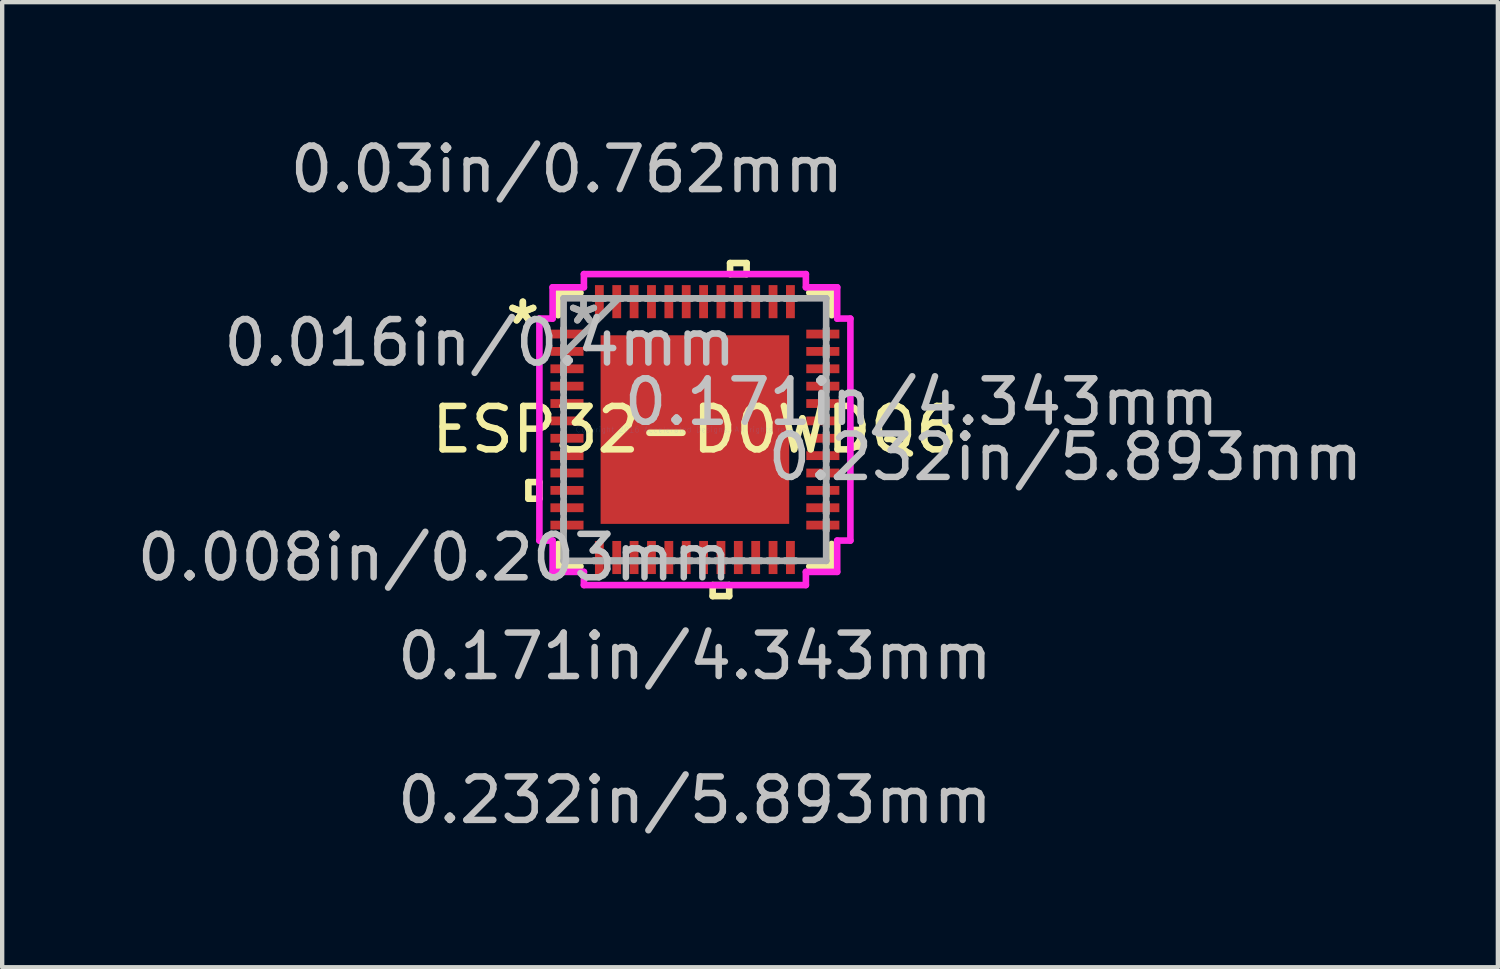
<source format=kicad_pcb>
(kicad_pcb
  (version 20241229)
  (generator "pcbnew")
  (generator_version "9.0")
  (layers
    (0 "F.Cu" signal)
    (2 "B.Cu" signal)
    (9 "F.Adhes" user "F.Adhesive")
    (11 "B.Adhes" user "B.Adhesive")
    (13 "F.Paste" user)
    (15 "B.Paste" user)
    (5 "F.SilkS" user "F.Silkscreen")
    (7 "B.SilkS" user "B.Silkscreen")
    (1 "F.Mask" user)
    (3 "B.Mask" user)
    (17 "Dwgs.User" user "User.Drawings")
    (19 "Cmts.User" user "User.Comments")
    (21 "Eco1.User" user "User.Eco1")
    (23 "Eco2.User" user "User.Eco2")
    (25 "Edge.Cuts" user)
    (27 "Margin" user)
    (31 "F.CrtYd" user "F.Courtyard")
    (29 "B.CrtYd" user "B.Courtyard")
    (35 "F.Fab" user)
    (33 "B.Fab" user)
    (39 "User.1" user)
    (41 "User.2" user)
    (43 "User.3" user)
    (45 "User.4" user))
  (footprint "ESP32-D0WDQ6"
    (layer "F.Cu")
    (at 12.953 6.843)
    (property "Reference" "ESP32-D0WDQ6" (at 0 0 0) (layer "F.SilkS") (effects (font (size 1 1) (thickness 0.15))))
    (attr through_hole)
    (fp_line (start -3.835 1.21) (end -3.835 1.591) (stroke (width 0.152) (type solid)) (layer "F.SilkS"))
    (fp_line (start -3.835 1.591) (end -3.581 1.591) (stroke (width 0.152) (type solid)) (layer "F.SilkS"))
    (fp_line (start -3.581 1.21) (end -3.835 1.21) (stroke (width 0.152) (type solid)) (layer "F.SilkS"))
    (fp_line (start -3.581 1.591) (end -3.581 1.21) (stroke (width 0.152) (type solid)) (layer "F.SilkS"))
    (fp_line (start -3.15 -3.15) (end -3.15 -2.634) (stroke (width 0.152) (type solid)) (layer "F.SilkS"))
    (fp_line (start -3.15 2.634) (end -3.15 3.15) (stroke (width 0.152) (type solid)) (layer "F.SilkS"))
    (fp_line (start -3.15 3.15) (end -2.634 3.15) (stroke (width 0.152) (type solid)) (layer "F.SilkS"))
    (fp_line (start -2.634 -3.15) (end -3.15 -3.15) (stroke (width 0.152) (type solid)) (layer "F.SilkS"))
    (fp_line (start 0.409 3.581) (end 0.409 3.835) (stroke (width 0.152) (type solid)) (layer "F.SilkS"))
    (fp_line (start 0.409 3.835) (end 0.79 3.835) (stroke (width 0.152) (type solid)) (layer "F.SilkS"))
    (fp_line (start 0.79 3.581) (end 0.409 3.581) (stroke (width 0.152) (type solid)) (layer "F.SilkS"))
    (fp_line (start 0.79 3.835) (end 0.79 3.581) (stroke (width 0.152) (type solid)) (layer "F.SilkS"))
    (fp_line (start 0.81 -3.835) (end 1.191 -3.835) (stroke (width 0.152) (type solid)) (layer "F.SilkS"))
    (fp_line (start 0.81 -3.581) (end 0.81 -3.835) (stroke (width 0.152) (type solid)) (layer "F.SilkS"))
    (fp_line (start 1.191 -3.835) (end 1.191 -3.581) (stroke (width 0.152) (type solid)) (layer "F.SilkS"))
    (fp_line (start 1.191 -3.581) (end 0.81 -3.581) (stroke (width 0.152) (type solid)) (layer "F.SilkS"))
    (fp_line (start 2.634 3.15) (end 3.15 3.15) (stroke (width 0.152) (type solid)) (layer "F.SilkS"))
    (fp_line (start 3.15 -3.15) (end 2.634 -3.15) (stroke (width 0.152) (type solid)) (layer "F.SilkS"))
    (fp_line (start 3.15 -2.634) (end 3.15 -3.15) (stroke (width 0.152) (type solid)) (layer "F.SilkS"))
    (fp_line (start 3.15 3.15) (end 3.15 2.634) (stroke (width 0.152) (type solid)) (layer "F.SilkS"))
    (fp_line (start 3.581 0.009) (end 3.835 0.009) (stroke (width 0.152) (type solid)) (layer "F.SilkS"))
    (fp_line (start 3.581 0.391) (end 3.581 0.009) (stroke (width 0.152) (type solid)) (layer "F.SilkS"))
    (fp_line (start 3.835 0.009) (end 3.835 0.391) (stroke (width 0.152) (type solid)) (layer "F.SilkS"))
    (fp_line (start 3.835 0.391) (end 3.581 0.391) (stroke (width 0.152) (type solid)) (layer "F.SilkS"))
    (fp_line (start -2.072 -2.072) (end -2.072 -0.824) (stroke (width 0.152) (type solid)) (layer "F.Paste"))
    (fp_line (start -2.072 -0.824) (end -0.824 -0.824) (stroke (width 0.152) (type solid)) (layer "F.Paste"))
    (fp_line (start -2.072 -0.624) (end -2.072 0.624) (stroke (width 0.152) (type solid)) (layer "F.Paste"))
    (fp_line (start -2.072 0.624) (end -0.824 0.624) (stroke (width 0.152) (type solid)) (layer "F.Paste"))
    (fp_line (start -2.072 0.824) (end -2.072 2.072) (stroke (width 0.152) (type solid)) (layer "F.Paste"))
    (fp_line (start -2.072 2.072) (end -0.824 2.072) (stroke (width 0.152) (type solid)) (layer "F.Paste"))
    (fp_line (start -0.824 -2.072) (end -2.072 -2.072) (stroke (width 0.152) (type solid)) (layer "F.Paste"))
    (fp_line (start -0.824 -0.824) (end -0.824 -2.072) (stroke (width 0.152) (type solid)) (layer "F.Paste"))
    (fp_line (start -0.824 -0.624) (end -2.072 -0.624) (stroke (width 0.152) (type solid)) (layer "F.Paste"))
    (fp_line (start -0.824 0.624) (end -0.824 -0.624) (stroke (width 0.152) (type solid)) (layer "F.Paste"))
    (fp_line (start -0.824 0.824) (end -2.072 0.824) (stroke (width 0.152) (type solid)) (layer "F.Paste"))
    (fp_line (start -0.824 2.072) (end -0.824 0.824) (stroke (width 0.152) (type solid)) (layer "F.Paste"))
    (fp_line (start -0.624 -2.072) (end -0.624 -0.824) (stroke (width 0.152) (type solid)) (layer "F.Paste"))
    (fp_line (start -0.624 -0.824) (end 0.624 -0.824) (stroke (width 0.152) (type solid)) (layer "F.Paste"))
    (fp_line (start -0.624 -0.624) (end -0.624 0.624) (stroke (width 0.152) (type solid)) (layer "F.Paste"))
    (fp_line (start -0.624 0.624) (end 0.624 0.624) (stroke (width 0.152) (type solid)) (layer "F.Paste"))
    (fp_line (start -0.624 0.824) (end -0.624 2.072) (stroke (width 0.152) (type solid)) (layer "F.Paste"))
    (fp_line (start -0.624 2.072) (end 0.624 2.072) (stroke (width 0.152) (type solid)) (layer "F.Paste"))
    (fp_line (start 0.624 -2.072) (end -0.624 -2.072) (stroke (width 0.152) (type solid)) (layer "F.Paste"))
    (fp_line (start 0.624 -0.824) (end 0.624 -2.072) (stroke (width 0.152) (type solid)) (layer "F.Paste"))
    (fp_line (start 0.624 -0.624) (end -0.624 -0.624) (stroke (width 0.152) (type solid)) (layer "F.Paste"))
    (fp_line (start 0.624 0.624) (end 0.624 -0.624) (stroke (width 0.152) (type solid)) (layer "F.Paste"))
    (fp_line (start 0.624 0.824) (end -0.624 0.824) (stroke (width 0.152) (type solid)) (layer "F.Paste"))
    (fp_line (start 0.624 2.072) (end 0.624 0.824) (stroke (width 0.152) (type solid)) (layer "F.Paste"))
    (fp_line (start 0.824 -2.072) (end 0.824 -0.824) (stroke (width 0.152) (type solid)) (layer "F.Paste"))
    (fp_line (start 0.824 -0.824) (end 2.072 -0.824) (stroke (width 0.152) (type solid)) (layer "F.Paste"))
    (fp_line (start 0.824 -0.624) (end 0.824 0.624) (stroke (width 0.152) (type solid)) (layer "F.Paste"))
    (fp_line (start 0.824 0.624) (end 2.072 0.624) (stroke (width 0.152) (type solid)) (layer "F.Paste"))
    (fp_line (start 0.824 0.824) (end 0.824 2.072) (stroke (width 0.152) (type solid)) (layer "F.Paste"))
    (fp_line (start 0.824 2.072) (end 2.072 2.072) (stroke (width 0.152) (type solid)) (layer "F.Paste"))
    (fp_line (start 2.072 -2.072) (end 0.824 -2.072) (stroke (width 0.152) (type solid)) (layer "F.Paste"))
    (fp_line (start 2.072 -0.824) (end 2.072 -2.072) (stroke (width 0.152) (type solid)) (layer "F.Paste"))
    (fp_line (start 2.072 -0.624) (end 0.824 -0.624) (stroke (width 0.152) (type solid)) (layer "F.Paste"))
    (fp_line (start 2.072 0.624) (end 2.072 -0.624) (stroke (width 0.152) (type solid)) (layer "F.Paste"))
    (fp_line (start 2.072 0.824) (end 0.824 0.824) (stroke (width 0.152) (type solid)) (layer "F.Paste"))
    (fp_line (start 2.072 2.072) (end 2.072 0.824) (stroke (width 0.152) (type solid)) (layer "F.Paste"))
    (fp_line (start -3.581 -2.556) (end -3.277 -2.556) (stroke (width 0.152) (type solid)) (layer "F.CrtYd"))
    (fp_line (start -3.581 2.556) (end -3.581 -2.556) (stroke (width 0.152) (type solid)) (layer "F.CrtYd"))
    (fp_line (start -3.277 -3.277) (end -2.556 -3.277) (stroke (width 0.152) (type solid)) (layer "F.CrtYd"))
    (fp_line (start -3.277 -2.556) (end -3.277 -3.277) (stroke (width 0.152) (type solid)) (layer "F.CrtYd"))
    (fp_line (start -3.277 2.556) (end -3.581 2.556) (stroke (width 0.152) (type solid)) (layer "F.CrtYd"))
    (fp_line (start -3.277 3.277) (end -3.277 2.556) (stroke (width 0.152) (type solid)) (layer "F.CrtYd"))
    (fp_line (start -2.556 -3.581) (end 2.556 -3.581) (stroke (width 0.152) (type solid)) (layer "F.CrtYd"))
    (fp_line (start -2.556 -3.277) (end -2.556 -3.581) (stroke (width 0.152) (type solid)) (layer "F.CrtYd"))
    (fp_line (start -2.556 3.277) (end -3.277 3.277) (stroke (width 0.152) (type solid)) (layer "F.CrtYd"))
    (fp_line (start -2.556 3.581) (end -2.556 3.277) (stroke (width 0.152) (type solid)) (layer "F.CrtYd"))
    (fp_line (start 2.556 -3.581) (end 2.556 -3.277) (stroke (width 0.152) (type solid)) (layer "F.CrtYd"))
    (fp_line (start 2.556 -3.277) (end 3.277 -3.277) (stroke (width 0.152) (type solid)) (layer "F.CrtYd"))
    (fp_line (start 2.556 3.277) (end 2.556 3.581) (stroke (width 0.152) (type solid)) (layer "F.CrtYd"))
    (fp_line (start 2.556 3.581) (end -2.556 3.581) (stroke (width 0.152) (type solid)) (layer "F.CrtYd"))
    (fp_line (start 3.277 -3.277) (end 3.277 -2.556) (stroke (width 0.152) (type solid)) (layer "F.CrtYd"))
    (fp_line (start 3.277 -2.556) (end 3.581 -2.556) (stroke (width 0.152) (type solid)) (layer "F.CrtYd"))
    (fp_line (start 3.277 2.556) (end 3.277 3.277) (stroke (width 0.152) (type solid)) (layer "F.CrtYd"))
    (fp_line (start 3.277 3.277) (end 2.556 3.277) (stroke (width 0.152) (type solid)) (layer "F.CrtYd"))
    (fp_line (start 3.581 -2.556) (end 3.581 2.556) (stroke (width 0.152) (type solid)) (layer "F.CrtYd"))
    (fp_line (start 3.581 2.556) (end 3.277 2.556) (stroke (width 0.152) (type solid)) (layer "F.CrtYd"))
    (fp_line (start -3.023 -3.023) (end -3.023 -3.023) (stroke (width 0.152) (type solid)) (layer "F.Fab"))
    (fp_line (start -3.023 -3.023) (end -3.023 3.023) (stroke (width 0.152) (type solid)) (layer "F.Fab"))
    (fp_line (start -3.023 -2.327) (end -3.023 -2.327) (stroke (width 0.152) (type solid)) (layer "F.Fab"))
    (fp_line (start -3.023 -2.327) (end -3.023 -2.073) (stroke (width 0.152) (type solid)) (layer "F.Fab"))
    (fp_line (start -3.023 -2.073) (end -3.023 -2.327) (stroke (width 0.152) (type solid)) (layer "F.Fab"))
    (fp_line (start -3.023 -2.073) (end -3.023 -2.073) (stroke (width 0.152) (type solid)) (layer "F.Fab"))
    (fp_line (start -3.023 -1.927) (end -3.023 -1.927) (stroke (width 0.152) (type solid)) (layer "F.Fab"))
    (fp_line (start -3.023 -1.927) (end -3.023 -1.673) (stroke (width 0.152) (type solid)) (layer "F.Fab"))
    (fp_line (start -3.023 -1.753) (end -1.753 -3.023) (stroke (width 0.152) (type solid)) (layer "F.Fab"))
    (fp_line (start -3.023 -1.673) (end -3.023 -1.927) (stroke (width 0.152) (type solid)) (layer "F.Fab"))
    (fp_line (start -3.023 -1.673) (end -3.023 -1.673) (stroke (width 0.152) (type solid)) (layer "F.Fab"))
    (fp_line (start -3.023 -1.527) (end -3.023 -1.527) (stroke (width 0.152) (type solid)) (layer "F.Fab"))
    (fp_line (start -3.023 -1.527) (end -3.023 -1.273) (stroke (width 0.152) (type solid)) (layer "F.Fab"))
    (fp_line (start -3.023 -1.273) (end -3.023 -1.527) (stroke (width 0.152) (type solid)) (layer "F.Fab"))
    (fp_line (start -3.023 -1.273) (end -3.023 -1.273) (stroke (width 0.152) (type solid)) (layer "F.Fab"))
    (fp_line (start -3.023 -1.127) (end -3.023 -1.127) (stroke (width 0.152) (type solid)) (layer "F.Fab"))
    (fp_line (start -3.023 -1.127) (end -3.023 -0.873) (stroke (width 0.152) (type solid)) (layer "F.Fab"))
    (fp_line (start -3.023 -0.873) (end -3.023 -1.127) (stroke (width 0.152) (type solid)) (layer "F.Fab"))
    (fp_line (start -3.023 -0.873) (end -3.023 -0.873) (stroke (width 0.152) (type solid)) (layer "F.Fab"))
    (fp_line (start -3.023 -0.727) (end -3.023 -0.727) (stroke (width 0.152) (type solid)) (layer "F.Fab"))
    (fp_line (start -3.023 -0.727) (end -3.023 -0.473) (stroke (width 0.152) (type solid)) (layer "F.Fab"))
    (fp_line (start -3.023 -0.473) (end -3.023 -0.727) (stroke (width 0.152) (type solid)) (layer "F.Fab"))
    (fp_line (start -3.023 -0.473) (end -3.023 -0.473) (stroke (width 0.152) (type solid)) (layer "F.Fab"))
    (fp_line (start -3.023 -0.327) (end -3.023 -0.327) (stroke (width 0.152) (type solid)) (layer "F.Fab"))
    (fp_line (start -3.023 -0.327) (end -3.023 -0.073) (stroke (width 0.152) (type solid)) (layer "F.Fab"))
    (fp_line (start -3.023 -0.073) (end -3.023 -0.327) (stroke (width 0.152) (type solid)) (layer "F.Fab"))
    (fp_line (start -3.023 -0.073) (end -3.023 -0.073) (stroke (width 0.152) (type solid)) (layer "F.Fab"))
    (fp_line (start -3.023 0.073) (end -3.023 0.073) (stroke (width 0.152) (type solid)) (layer "F.Fab"))
    (fp_line (start -3.023 0.073) (end -3.023 0.327) (stroke (width 0.152) (type solid)) (layer "F.Fab"))
    (fp_line (start -3.023 0.327) (end -3.023 0.073) (stroke (width 0.152) (type solid)) (layer "F.Fab"))
    (fp_line (start -3.023 0.327) (end -3.023 0.327) (stroke (width 0.152) (type solid)) (layer "F.Fab"))
    (fp_line (start -3.023 0.473) (end -3.023 0.473) (stroke (width 0.152) (type solid)) (layer "F.Fab"))
    (fp_line (start -3.023 0.473) (end -3.023 0.727) (stroke (width 0.152) (type solid)) (layer "F.Fab"))
    (fp_line (start -3.023 0.727) (end -3.023 0.473) (stroke (width 0.152) (type solid)) (layer "F.Fab"))
    (fp_line (start -3.023 0.727) (end -3.023 0.727) (stroke (width 0.152) (type solid)) (layer "F.Fab"))
    (fp_line (start -3.023 0.873) (end -3.023 0.873) (stroke (width 0.152) (type solid)) (layer "F.Fab"))
    (fp_line (start -3.023 0.873) (end -3.023 1.127) (stroke (width 0.152) (type solid)) (layer "F.Fab"))
    (fp_line (start -3.023 1.127) (end -3.023 0.873) (stroke (width 0.152) (type solid)) (layer "F.Fab"))
    (fp_line (start -3.023 1.127) (end -3.023 1.127) (stroke (width 0.152) (type solid)) (layer "F.Fab"))
    (fp_line (start -3.023 1.273) (end -3.023 1.273) (stroke (width 0.152) (type solid)) (layer "F.Fab"))
    (fp_line (start -3.023 1.273) (end -3.023 1.527) (stroke (width 0.152) (type solid)) (layer "F.Fab"))
    (fp_line (start -3.023 1.527) (end -3.023 1.273) (stroke (width 0.152) (type solid)) (layer "F.Fab"))
    (fp_line (start -3.023 1.527) (end -3.023 1.527) (stroke (width 0.152) (type solid)) (layer "F.Fab"))
    (fp_line (start -3.023 1.673) (end -3.023 1.673) (stroke (width 0.152) (type solid)) (layer "F.Fab"))
    (fp_line (start -3.023 1.673) (end -3.023 1.927) (stroke (width 0.152) (type solid)) (layer "F.Fab"))
    (fp_line (start -3.023 1.927) (end -3.023 1.673) (stroke (width 0.152) (type solid)) (layer "F.Fab"))
    (fp_line (start -3.023 1.927) (end -3.023 1.927) (stroke (width 0.152) (type solid)) (layer "F.Fab"))
    (fp_line (start -3.023 2.073) (end -3.023 2.073) (stroke (width 0.152) (type solid)) (layer "F.Fab"))
    (fp_line (start -3.023 2.073) (end -3.023 2.327) (stroke (width 0.152) (type solid)) (layer "F.Fab"))
    (fp_line (start -3.023 2.327) (end -3.023 2.073) (stroke (width 0.152) (type solid)) (layer "F.Fab"))
    (fp_line (start -3.023 2.327) (end -3.023 2.327) (stroke (width 0.152) (type solid)) (layer "F.Fab"))
    (fp_line (start -3.023 3.023) (end -3.023 3.023) (stroke (width 0.152) (type solid)) (layer "F.Fab"))
    (fp_line (start -3.023 3.023) (end 3.023 3.023) (stroke (width 0.152) (type solid)) (layer "F.Fab"))
    (fp_line (start -2.327 -3.023) (end -2.327 -3.023) (stroke (width 0.152) (type solid)) (layer "F.Fab"))
    (fp_line (start -2.327 -3.023) (end -2.073 -3.023) (stroke (width 0.152) (type solid)) (layer "F.Fab"))
    (fp_line (start -2.327 3.023) (end -2.327 3.023) (stroke (width 0.152) (type solid)) (layer "F.Fab"))
    (fp_line (start -2.327 3.023) (end -2.073 3.023) (stroke (width 0.152) (type solid)) (layer "F.Fab"))
    (fp_line (start -2.073 -3.023) (end -2.327 -3.023) (stroke (width 0.152) (type solid)) (layer "F.Fab"))
    (fp_line (start -2.073 -3.023) (end -2.073 -3.023) (stroke (width 0.152) (type solid)) (layer "F.Fab"))
    (fp_line (start -2.073 3.023) (end -2.327 3.023) (stroke (width 0.152) (type solid)) (layer "F.Fab"))
    (fp_line (start -2.073 3.023) (end -2.073 3.023) (stroke (width 0.152) (type solid)) (layer "F.Fab"))
    (fp_line (start -1.927 -3.023) (end -1.927 -3.023) (stroke (width 0.152) (type solid)) (layer "F.Fab"))
    (fp_line (start -1.927 -3.023) (end -1.673 -3.023) (stroke (width 0.152) (type solid)) (layer "F.Fab"))
    (fp_line (start -1.927 3.023) (end -1.927 3.023) (stroke (width 0.152) (type solid)) (layer "F.Fab"))
    (fp_line (start -1.927 3.023) (end -1.673 3.023) (stroke (width 0.152) (type solid)) (layer "F.Fab"))
    (fp_line (start -1.673 -3.023) (end -1.927 -3.023) (stroke (width 0.152) (type solid)) (layer "F.Fab"))
    (fp_line (start -1.673 -3.023) (end -1.673 -3.023) (stroke (width 0.152) (type solid)) (layer "F.Fab"))
    (fp_line (start -1.673 3.023) (end -1.927 3.023) (stroke (width 0.152) (type solid)) (layer "F.Fab"))
    (fp_line (start -1.673 3.023) (end -1.673 3.023) (stroke (width 0.152) (type solid)) (layer "F.Fab"))
    (fp_line (start -1.527 -3.023) (end -1.527 -3.023) (stroke (width 0.152) (type solid)) (layer "F.Fab"))
    (fp_line (start -1.527 -3.023) (end -1.273 -3.023) (stroke (width 0.152) (type solid)) (layer "F.Fab"))
    (fp_line (start -1.527 3.023) (end -1.527 3.023) (stroke (width 0.152) (type solid)) (layer "F.Fab"))
    (fp_line (start -1.527 3.023) (end -1.273 3.023) (stroke (width 0.152) (type solid)) (layer "F.Fab"))
    (fp_line (start -1.273 -3.023) (end -1.527 -3.023) (stroke (width 0.152) (type solid)) (layer "F.Fab"))
    (fp_line (start -1.273 -3.023) (end -1.273 -3.023) (stroke (width 0.152) (type solid)) (layer "F.Fab"))
    (fp_line (start -1.273 3.023) (end -1.527 3.023) (stroke (width 0.152) (type solid)) (layer "F.Fab"))
    (fp_line (start -1.273 3.023) (end -1.273 3.023) (stroke (width 0.152) (type solid)) (layer "F.Fab"))
    (fp_line (start -1.127 -3.023) (end -1.127 -3.023) (stroke (width 0.152) (type solid)) (layer "F.Fab"))
    (fp_line (start -1.127 -3.023) (end -0.873 -3.023) (stroke (width 0.152) (type solid)) (layer "F.Fab"))
    (fp_line (start -1.127 3.023) (end -1.127 3.023) (stroke (width 0.152) (type solid)) (layer "F.Fab"))
    (fp_line (start -1.127 3.023) (end -0.873 3.023) (stroke (width 0.152) (type solid)) (layer "F.Fab"))
    (fp_line (start -0.873 -3.023) (end -1.127 -3.023) (stroke (width 0.152) (type solid)) (layer "F.Fab"))
    (fp_line (start -0.873 -3.023) (end -0.873 -3.023) (stroke (width 0.152) (type solid)) (layer "F.Fab"))
    (fp_line (start -0.873 3.023) (end -1.127 3.023) (stroke (width 0.152) (type solid)) (layer "F.Fab"))
    (fp_line (start -0.873 3.023) (end -0.873 3.023) (stroke (width 0.152) (type solid)) (layer "F.Fab"))
    (fp_line (start -0.727 -3.023) (end -0.727 -3.023) (stroke (width 0.152) (type solid)) (layer "F.Fab"))
    (fp_line (start -0.727 -3.023) (end -0.473 -3.023) (stroke (width 0.152) (type solid)) (layer "F.Fab"))
    (fp_line (start -0.727 3.023) (end -0.727 3.023) (stroke (width 0.152) (type solid)) (layer "F.Fab"))
    (fp_line (start -0.727 3.023) (end -0.473 3.023) (stroke (width 0.152) (type solid)) (layer "F.Fab"))
    (fp_line (start -0.473 -3.023) (end -0.727 -3.023) (stroke (width 0.152) (type solid)) (layer "F.Fab"))
    (fp_line (start -0.473 -3.023) (end -0.473 -3.023) (stroke (width 0.152) (type solid)) (layer "F.Fab"))
    (fp_line (start -0.473 3.023) (end -0.727 3.023) (stroke (width 0.152) (type solid)) (layer "F.Fab"))
    (fp_line (start -0.473 3.023) (end -0.473 3.023) (stroke (width 0.152) (type solid)) (layer "F.Fab"))
    (fp_line (start -0.327 -3.023) (end -0.327 -3.023) (stroke (width 0.152) (type solid)) (layer "F.Fab"))
    (fp_line (start -0.327 -3.023) (end -0.073 -3.023) (stroke (width 0.152) (type solid)) (layer "F.Fab"))
    (fp_line (start -0.327 3.023) (end -0.327 3.023) (stroke (width 0.152) (type solid)) (layer "F.Fab"))
    (fp_line (start -0.327 3.023) (end -0.073 3.023) (stroke (width 0.152) (type solid)) (layer "F.Fab"))
    (fp_line (start -0.073 -3.023) (end -0.327 -3.023) (stroke (width 0.152) (type solid)) (layer "F.Fab"))
    (fp_line (start -0.073 -3.023) (end -0.073 -3.023) (stroke (width 0.152) (type solid)) (layer "F.Fab"))
    (fp_line (start -0.073 3.023) (end -0.327 3.023) (stroke (width 0.152) (type solid)) (layer "F.Fab"))
    (fp_line (start -0.073 3.023) (end -0.073 3.023) (stroke (width 0.152) (type solid)) (layer "F.Fab"))
    (fp_line (start 0.073 -3.023) (end 0.073 -3.023) (stroke (width 0.152) (type solid)) (layer "F.Fab"))
    (fp_line (start 0.073 -3.023) (end 0.327 -3.023) (stroke (width 0.152) (type solid)) (layer "F.Fab"))
    (fp_line (start 0.073 3.023) (end 0.073 3.023) (stroke (width 0.152) (type solid)) (layer "F.Fab"))
    (fp_line (start 0.073 3.023) (end 0.327 3.023) (stroke (width 0.152) (type solid)) (layer "F.Fab"))
    (fp_line (start 0.327 -3.023) (end 0.073 -3.023) (stroke (width 0.152) (type solid)) (layer "F.Fab"))
    (fp_line (start 0.327 -3.023) (end 0.327 -3.023) (stroke (width 0.152) (type solid)) (layer "F.Fab"))
    (fp_line (start 0.327 3.023) (end 0.073 3.023) (stroke (width 0.152) (type solid)) (layer "F.Fab"))
    (fp_line (start 0.327 3.023) (end 0.327 3.023) (stroke (width 0.152) (type solid)) (layer "F.Fab"))
    (fp_line (start 0.473 -3.023) (end 0.473 -3.023) (stroke (width 0.152) (type solid)) (layer "F.Fab"))
    (fp_line (start 0.473 -3.023) (end 0.727 -3.023) (stroke (width 0.152) (type solid)) (layer "F.Fab"))
    (fp_line (start 0.473 3.023) (end 0.473 3.023) (stroke (width 0.152) (type solid)) (layer "F.Fab"))
    (fp_line (start 0.473 3.023) (end 0.727 3.023) (stroke (width 0.152) (type solid)) (layer "F.Fab"))
    (fp_line (start 0.727 -3.023) (end 0.473 -3.023) (stroke (width 0.152) (type solid)) (layer "F.Fab"))
    (fp_line (start 0.727 -3.023) (end 0.727 -3.023) (stroke (width 0.152) (type solid)) (layer "F.Fab"))
    (fp_line (start 0.727 3.023) (end 0.473 3.023) (stroke (width 0.152) (type solid)) (layer "F.Fab"))
    (fp_line (start 0.727 3.023) (end 0.727 3.023) (stroke (width 0.152) (type solid)) (layer "F.Fab"))
    (fp_line (start 0.873 -3.023) (end 0.873 -3.023) (stroke (width 0.152) (type solid)) (layer "F.Fab"))
    (fp_line (start 0.873 -3.023) (end 1.127 -3.023) (stroke (width 0.152) (type solid)) (layer "F.Fab"))
    (fp_line (start 0.873 3.023) (end 0.873 3.023) (stroke (width 0.152) (type solid)) (layer "F.Fab"))
    (fp_line (start 0.873 3.023) (end 1.127 3.023) (stroke (width 0.152) (type solid)) (layer "F.Fab"))
    (fp_line (start 1.127 -3.023) (end 0.873 -3.023) (stroke (width 0.152) (type solid)) (layer "F.Fab"))
    (fp_line (start 1.127 -3.023) (end 1.127 -3.023) (stroke (width 0.152) (type solid)) (layer "F.Fab"))
    (fp_line (start 1.127 3.023) (end 0.873 3.023) (stroke (width 0.152) (type solid)) (layer "F.Fab"))
    (fp_line (start 1.127 3.023) (end 1.127 3.023) (stroke (width 0.152) (type solid)) (layer "F.Fab"))
    (fp_line (start 1.273 -3.023) (end 1.273 -3.023) (stroke (width 0.152) (type solid)) (layer "F.Fab"))
    (fp_line (start 1.273 -3.023) (end 1.527 -3.023) (stroke (width 0.152) (type solid)) (layer "F.Fab"))
    (fp_line (start 1.273 3.023) (end 1.273 3.023) (stroke (width 0.152) (type solid)) (layer "F.Fab"))
    (fp_line (start 1.273 3.023) (end 1.527 3.023) (stroke (width 0.152) (type solid)) (layer "F.Fab"))
    (fp_line (start 1.527 -3.023) (end 1.273 -3.023) (stroke (width 0.152) (type solid)) (layer "F.Fab"))
    (fp_line (start 1.527 -3.023) (end 1.527 -3.023) (stroke (width 0.152) (type solid)) (layer "F.Fab"))
    (fp_line (start 1.527 3.023) (end 1.273 3.023) (stroke (width 0.152) (type solid)) (layer "F.Fab"))
    (fp_line (start 1.527 3.023) (end 1.527 3.023) (stroke (width 0.152) (type solid)) (layer "F.Fab"))
    (fp_line (start 1.673 -3.023) (end 1.673 -3.023) (stroke (width 0.152) (type solid)) (layer "F.Fab"))
    (fp_line (start 1.673 -3.023) (end 1.927 -3.023) (stroke (width 0.152) (type solid)) (layer "F.Fab"))
    (fp_line (start 1.673 3.023) (end 1.673 3.023) (stroke (width 0.152) (type solid)) (layer "F.Fab"))
    (fp_line (start 1.673 3.023) (end 1.927 3.023) (stroke (width 0.152) (type solid)) (layer "F.Fab"))
    (fp_line (start 1.927 -3.023) (end 1.673 -3.023) (stroke (width 0.152) (type solid)) (layer "F.Fab"))
    (fp_line (start 1.927 -3.023) (end 1.927 -3.023) (stroke (width 0.152) (type solid)) (layer "F.Fab"))
    (fp_line (start 1.927 3.023) (end 1.673 3.023) (stroke (width 0.152) (type solid)) (layer "F.Fab"))
    (fp_line (start 1.927 3.023) (end 1.927 3.023) (stroke (width 0.152) (type solid)) (layer "F.Fab"))
    (fp_line (start 2.073 -3.023) (end 2.073 -3.023) (stroke (width 0.152) (type solid)) (layer "F.Fab"))
    (fp_line (start 2.073 -3.023) (end 2.327 -3.023) (stroke (width 0.152) (type solid)) (layer "F.Fab"))
    (fp_line (start 2.073 3.023) (end 2.073 3.023) (stroke (width 0.152) (type solid)) (layer "F.Fab"))
    (fp_line (start 2.073 3.023) (end 2.327 3.023) (stroke (width 0.152) (type solid)) (layer "F.Fab"))
    (fp_line (start 2.327 -3.023) (end 2.073 -3.023) (stroke (width 0.152) (type solid)) (layer "F.Fab"))
    (fp_line (start 2.327 -3.023) (end 2.327 -3.023) (stroke (width 0.152) (type solid)) (layer "F.Fab"))
    (fp_line (start 2.327 3.023) (end 2.073 3.023) (stroke (width 0.152) (type solid)) (layer "F.Fab"))
    (fp_line (start 2.327 3.023) (end 2.327 3.023) (stroke (width 0.152) (type solid)) (layer "F.Fab"))
    (fp_line (start 3.023 -3.023) (end -3.023 -3.023) (stroke (width 0.152) (type solid)) (layer "F.Fab"))
    (fp_line (start 3.023 -3.023) (end 3.023 -3.023) (stroke (width 0.152) (type solid)) (layer "F.Fab"))
    (fp_line (start 3.023 -2.327) (end 3.023 -2.327) (stroke (width 0.152) (type solid)) (layer "F.Fab"))
    (fp_line (start 3.023 -2.327) (end 3.023 -2.073) (stroke (width 0.152) (type solid)) (layer "F.Fab"))
    (fp_line (start 3.023 -2.073) (end 3.023 -2.327) (stroke (width 0.152) (type solid)) (layer "F.Fab"))
    (fp_line (start 3.023 -2.073) (end 3.023 -2.073) (stroke (width 0.152) (type solid)) (layer "F.Fab"))
    (fp_line (start 3.023 -1.927) (end 3.023 -1.927) (stroke (width 0.152) (type solid)) (layer "F.Fab"))
    (fp_line (start 3.023 -1.927) (end 3.023 -1.673) (stroke (width 0.152) (type solid)) (layer "F.Fab"))
    (fp_line (start 3.023 -1.673) (end 3.023 -1.927) (stroke (width 0.152) (type solid)) (layer "F.Fab"))
    (fp_line (start 3.023 -1.673) (end 3.023 -1.673) (stroke (width 0.152) (type solid)) (layer "F.Fab"))
    (fp_line (start 3.023 -1.527) (end 3.023 -1.527) (stroke (width 0.152) (type solid)) (layer "F.Fab"))
    (fp_line (start 3.023 -1.527) (end 3.023 -1.273) (stroke (width 0.152) (type solid)) (layer "F.Fab"))
    (fp_line (start 3.023 -1.273) (end 3.023 -1.527) (stroke (width 0.152) (type solid)) (layer "F.Fab"))
    (fp_line (start 3.023 -1.273) (end 3.023 -1.273) (stroke (width 0.152) (type solid)) (layer "F.Fab"))
    (fp_line (start 3.023 -1.127) (end 3.023 -1.127) (stroke (width 0.152) (type solid)) (layer "F.Fab"))
    (fp_line (start 3.023 -1.127) (end 3.023 -0.873) (stroke (width 0.152) (type solid)) (layer "F.Fab"))
    (fp_line (start 3.023 -0.873) (end 3.023 -1.127) (stroke (width 0.152) (type solid)) (layer "F.Fab"))
    (fp_line (start 3.023 -0.873) (end 3.023 -0.873) (stroke (width 0.152) (type solid)) (layer "F.Fab"))
    (fp_line (start 3.023 -0.727) (end 3.023 -0.727) (stroke (width 0.152) (type solid)) (layer "F.Fab"))
    (fp_line (start 3.023 -0.727) (end 3.023 -0.473) (stroke (width 0.152) (type solid)) (layer "F.Fab"))
    (fp_line (start 3.023 -0.473) (end 3.023 -0.727) (stroke (width 0.152) (type solid)) (layer "F.Fab"))
    (fp_line (start 3.023 -0.473) (end 3.023 -0.473) (stroke (width 0.152) (type solid)) (layer "F.Fab"))
    (fp_line (start 3.023 -0.327) (end 3.023 -0.327) (stroke (width 0.152) (type solid)) (layer "F.Fab"))
    (fp_line (start 3.023 -0.327) (end 3.023 -0.073) (stroke (width 0.152) (type solid)) (layer "F.Fab"))
    (fp_line (start 3.023 -0.073) (end 3.023 -0.327) (stroke (width 0.152) (type solid)) (layer "F.Fab"))
    (fp_line (start 3.023 -0.073) (end 3.023 -0.073) (stroke (width 0.152) (type solid)) (layer "F.Fab"))
    (fp_line (start 3.023 0.073) (end 3.023 0.073) (stroke (width 0.152) (type solid)) (layer "F.Fab"))
    (fp_line (start 3.023 0.073) (end 3.023 0.327) (stroke (width 0.152) (type solid)) (layer "F.Fab"))
    (fp_line (start 3.023 0.327) (end 3.023 0.073) (stroke (width 0.152) (type solid)) (layer "F.Fab"))
    (fp_line (start 3.023 0.327) (end 3.023 0.327) (stroke (width 0.152) (type solid)) (layer "F.Fab"))
    (fp_line (start 3.023 0.473) (end 3.023 0.473) (stroke (width 0.152) (type solid)) (layer "F.Fab"))
    (fp_line (start 3.023 0.473) (end 3.023 0.727) (stroke (width 0.152) (type solid)) (layer "F.Fab"))
    (fp_line (start 3.023 0.727) (end 3.023 0.473) (stroke (width 0.152) (type solid)) (layer "F.Fab"))
    (fp_line (start 3.023 0.727) (end 3.023 0.727) (stroke (width 0.152) (type solid)) (layer "F.Fab"))
    (fp_line (start 3.023 0.873) (end 3.023 0.873) (stroke (width 0.152) (type solid)) (layer "F.Fab"))
    (fp_line (start 3.023 0.873) (end 3.023 1.127) (stroke (width 0.152) (type solid)) (layer "F.Fab"))
    (fp_line (start 3.023 1.127) (end 3.023 0.873) (stroke (width 0.152) (type solid)) (layer "F.Fab"))
    (fp_line (start 3.023 1.127) (end 3.023 1.127) (stroke (width 0.152) (type solid)) (layer "F.Fab"))
    (fp_line (start 3.023 1.273) (end 3.023 1.273) (stroke (width 0.152) (type solid)) (layer "F.Fab"))
    (fp_line (start 3.023 1.273) (end 3.023 1.527) (stroke (width 0.152) (type solid)) (layer "F.Fab"))
    (fp_line (start 3.023 1.527) (end 3.023 1.273) (stroke (width 0.152) (type solid)) (layer "F.Fab"))
    (fp_line (start 3.023 1.527) (end 3.023 1.527) (stroke (width 0.152) (type solid)) (layer "F.Fab"))
    (fp_line (start 3.023 1.673) (end 3.023 1.673) (stroke (width 0.152) (type solid)) (layer "F.Fab"))
    (fp_line (start 3.023 1.673) (end 3.023 1.927) (stroke (width 0.152) (type solid)) (layer "F.Fab"))
    (fp_line (start 3.023 1.927) (end 3.023 1.673) (stroke (width 0.152) (type solid)) (layer "F.Fab"))
    (fp_line (start 3.023 1.927) (end 3.023 1.927) (stroke (width 0.152) (type solid)) (layer "F.Fab"))
    (fp_line (start 3.023 2.073) (end 3.023 2.073) (stroke (width 0.152) (type solid)) (layer "F.Fab"))
    (fp_line (start 3.023 2.073) (end 3.023 2.327) (stroke (width 0.152) (type solid)) (layer "F.Fab"))
    (fp_line (start 3.023 2.327) (end 3.023 2.073) (stroke (width 0.152) (type solid)) (layer "F.Fab"))
    (fp_line (start 3.023 2.327) (end 3.023 2.327) (stroke (width 0.152) (type solid)) (layer "F.Fab"))
    (fp_line (start 3.023 3.023) (end 3.023 -3.023) (stroke (width 0.152) (type solid)) (layer "F.Fab"))
    (fp_line (start 3.023 3.023) (end 3.023 3.023) (stroke (width 0.152) (type solid)) (layer "F.Fab"))
    (fp_text user "*" (at -3.962 -2.4 0) (layer "F.SilkS") (effects (font (size 1 1) (thickness 0.15))))
    (fp_text user "*" (at -3.962 -2.4 0) (layer "F.SilkS") (effects (font (size 1 1) (thickness 0.15))))
    (fp_text user "0.171in/4.343mm" (at 0 5.22 0) (layer "Dwgs.User") (effects (font (size 1 1) (thickness 0.15))))
    (fp_text user "0.232in/5.893mm" (at 8.534 0.635 0) (layer "Dwgs.User") (effects (font (size 1 1) (thickness 0.15))))
    (fp_text user "0.016in/0.4mm" (at -4.953 -2 0) (layer "Dwgs.User") (effects (font (size 1 1) (thickness 0.15))))
    (fp_text user "0.008in/0.203mm" (at -5.994 2.946 0) (layer "Dwgs.User") (effects (font (size 1 1) (thickness 0.15))))
    (fp_text user "0.232in/5.893mm" (at 0 8.534 0) (layer "Dwgs.User") (effects (font (size 1 1) (thickness 0.15))))
    (fp_text user "0.03in/0.762mm" (at -2.946 -5.994 0) (layer "Dwgs.User") (effects (font (size 1 1) (thickness 0.15))))
    (fp_text user "0.171in/4.343mm" (at 5.22 -0.635 0) (layer "Dwgs.User") (effects (font (size 1 1) (thickness 0.15))))
    (fp_text user "Copyright 2016 Accelerated Designs. All rights reserved." (at 0 0 0) (layer "Cmts.User") (effects (font (size 0.127 0.127) (thickness 0.002))))
    (fp_text user "*" (at -2.565 -2.4 0) (layer "F.Fab") (effects (font (size 1 1) (thickness 0.15))))
    (fp_text user "*" (at -2.565 -2.4 0) (layer "F.Fab") (effects (font (size 1 1) (thickness 0.15))))
    (pad "1" smd rect (at -2.946 -2.2 90) (size 0.203 0.762) (layers "F.Cu" "F.Mask" "F.Paste"))
    (pad "2" smd rect (at -2.946 -1.8 90) (size 0.203 0.762) (layers "F.Cu" "F.Mask" "F.Paste"))
    (pad "3" smd rect (at -2.946 -1.4 90) (size 0.203 0.762) (layers "F.Cu" "F.Mask" "F.Paste"))
    (pad "4" smd rect (at -2.946 -1 90) (size 0.203 0.762) (layers "F.Cu" "F.Mask" "F.Paste"))
    (pad "5" smd rect (at -2.946 -0.6 90) (size 0.203 0.762) (layers "F.Cu" "F.Mask" "F.Paste"))
    (pad "6" smd rect (at -2.946 -0.2 90) (size 0.203 0.762) (layers "F.Cu" "F.Mask" "F.Paste"))
    (pad "7" smd rect (at -2.946 0.2 90) (size 0.203 0.762) (layers "F.Cu" "F.Mask" "F.Paste"))
    (pad "8" smd rect (at -2.946 0.6 90) (size 0.203 0.762) (layers "F.Cu" "F.Mask" "F.Paste"))
    (pad "9" smd rect (at -2.946 1 90) (size 0.203 0.762) (layers "F.Cu" "F.Mask" "F.Paste"))
    (pad "10" smd rect (at -2.946 1.4 90) (size 0.203 0.762) (layers "F.Cu" "F.Mask" "F.Paste"))
    (pad "11" smd rect (at -2.946 1.8 90) (size 0.203 0.762) (layers "F.Cu" "F.Mask" "F.Paste"))
    (pad "12" smd rect (at -2.946 2.2 90) (size 0.203 0.762) (layers "F.Cu" "F.Mask" "F.Paste"))
    (pad "13" smd rect (at -2.2 2.946) (size 0.203 0.762) (layers "F.Cu" "F.Mask" "F.Paste"))
    (pad "14" smd rect (at -1.8 2.946) (size 0.203 0.762) (layers "F.Cu" "F.Mask" "F.Paste"))
    (pad "15" smd rect (at -1.4 2.946) (size 0.203 0.762) (layers "F.Cu" "F.Mask" "F.Paste"))
    (pad "16" smd rect (at -1 2.946) (size 0.203 0.762) (layers "F.Cu" "F.Mask" "F.Paste"))
    (pad "17" smd rect (at -0.6 2.946) (size 0.203 0.762) (layers "F.Cu" "F.Mask" "F.Paste"))
    (pad "18" smd rect (at -0.2 2.946) (size 0.203 0.762) (layers "F.Cu" "F.Mask" "F.Paste"))
    (pad "19" smd rect (at 0.2 2.946) (size 0.203 0.762) (layers "F.Cu" "F.Mask" "F.Paste"))
    (pad "20" smd rect (at 0.6 2.946) (size 0.203 0.762) (layers "F.Cu" "F.Mask" "F.Paste"))
    (pad "21" smd rect (at 1 2.946) (size 0.203 0.762) (layers "F.Cu" "F.Mask" "F.Paste"))
    (pad "22" smd rect (at 1.4 2.946) (size 0.203 0.762) (layers "F.Cu" "F.Mask" "F.Paste"))
    (pad "23" smd rect (at 1.8 2.946) (size 0.203 0.762) (layers "F.Cu" "F.Mask" "F.Paste"))
    (pad "24" smd rect (at 2.2 2.946) (size 0.203 0.762) (layers "F.Cu" "F.Mask" "F.Paste"))
    (pad "25" smd rect (at 2.946 2.2 90) (size 0.203 0.762) (layers "F.Cu" "F.Mask" "F.Paste"))
    (pad "26" smd rect (at 2.946 1.8 90) (size 0.203 0.762) (layers "F.Cu" "F.Mask" "F.Paste"))
    (pad "27" smd rect (at 2.946 1.4 90) (size 0.203 0.762) (layers "F.Cu" "F.Mask" "F.Paste"))
    (pad "28" smd rect (at 2.946 1 90) (size 0.203 0.762) (layers "F.Cu" "F.Mask" "F.Paste"))
    (pad "29" smd rect (at 2.946 0.6 90) (size 0.203 0.762) (layers "F.Cu" "F.Mask" "F.Paste"))
    (pad "30" smd rect (at 2.946 0.2 90) (size 0.203 0.762) (layers "F.Cu" "F.Mask" "F.Paste"))
    (pad "31" smd rect (at 2.946 -0.2 90) (size 0.203 0.762) (layers "F.Cu" "F.Mask" "F.Paste"))
    (pad "32" smd rect (at 2.946 -0.6 90) (size 0.203 0.762) (layers "F.Cu" "F.Mask" "F.Paste"))
    (pad "33" smd rect (at 2.946 -1 90) (size 0.203 0.762) (layers "F.Cu" "F.Mask" "F.Paste"))
    (pad "34" smd rect (at 2.946 -1.4 90) (size 0.203 0.762) (layers "F.Cu" "F.Mask" "F.Paste"))
    (pad "35" smd rect (at 2.946 -1.8 90) (size 0.203 0.762) (layers "F.Cu" "F.Mask" "F.Paste"))
    (pad "36" smd rect (at 2.946 -2.2 90) (size 0.203 0.762) (layers "F.Cu" "F.Mask" "F.Paste"))
    (pad "37" smd rect (at 2.2 -2.946) (size 0.203 0.762) (layers "F.Cu" "F.Mask" "F.Paste"))
    (pad "38" smd rect (at 1.8 -2.946) (size 0.203 0.762) (layers "F.Cu" "F.Mask" "F.Paste"))
    (pad "39" smd rect (at 1.4 -2.946) (size 0.203 0.762) (layers "F.Cu" "F.Mask" "F.Paste"))
    (pad "40" smd rect (at 1 -2.946) (size 0.203 0.762) (layers "F.Cu" "F.Mask" "F.Paste"))
    (pad "41" smd rect (at 0.6 -2.946) (size 0.203 0.762) (layers "F.Cu" "F.Mask" "F.Paste"))
    (pad "42" smd rect (at 0.2 -2.946) (size 0.203 0.762) (layers "F.Cu" "F.Mask" "F.Paste"))
    (pad "43" smd rect (at -0.2 -2.946) (size 0.203 0.762) (layers "F.Cu" "F.Mask" "F.Paste"))
    (pad "44" smd rect (at -0.6 -2.946) (size 0.203 0.762) (layers "F.Cu" "F.Mask" "F.Paste"))
    (pad "45" smd rect (at -1 -2.946) (size 0.203 0.762) (layers "F.Cu" "F.Mask" "F.Paste"))
    (pad "46" smd rect (at -1.4 -2.946) (size 0.203 0.762) (layers "F.Cu" "F.Mask" "F.Paste"))
    (pad "47" smd rect (at -1.8 -2.946) (size 0.203 0.762) (layers "F.Cu" "F.Mask" "F.Paste"))
    (pad "48" smd rect (at -2.2 -2.946) (size 0.203 0.762) (layers "F.Cu" "F.Mask" "F.Paste"))
    (pad "49" smd rect (at 0 0) (size 4.343 4.343) (layers "F.Cu" "F.Mask" "F.Paste")))
  (gr_rect
    (start -3 -3)
    (end 31.445 19.225)
    (stroke (width 0.1) (type default))
    (fill no)
    (layer "Edge.Cuts")))
</source>
